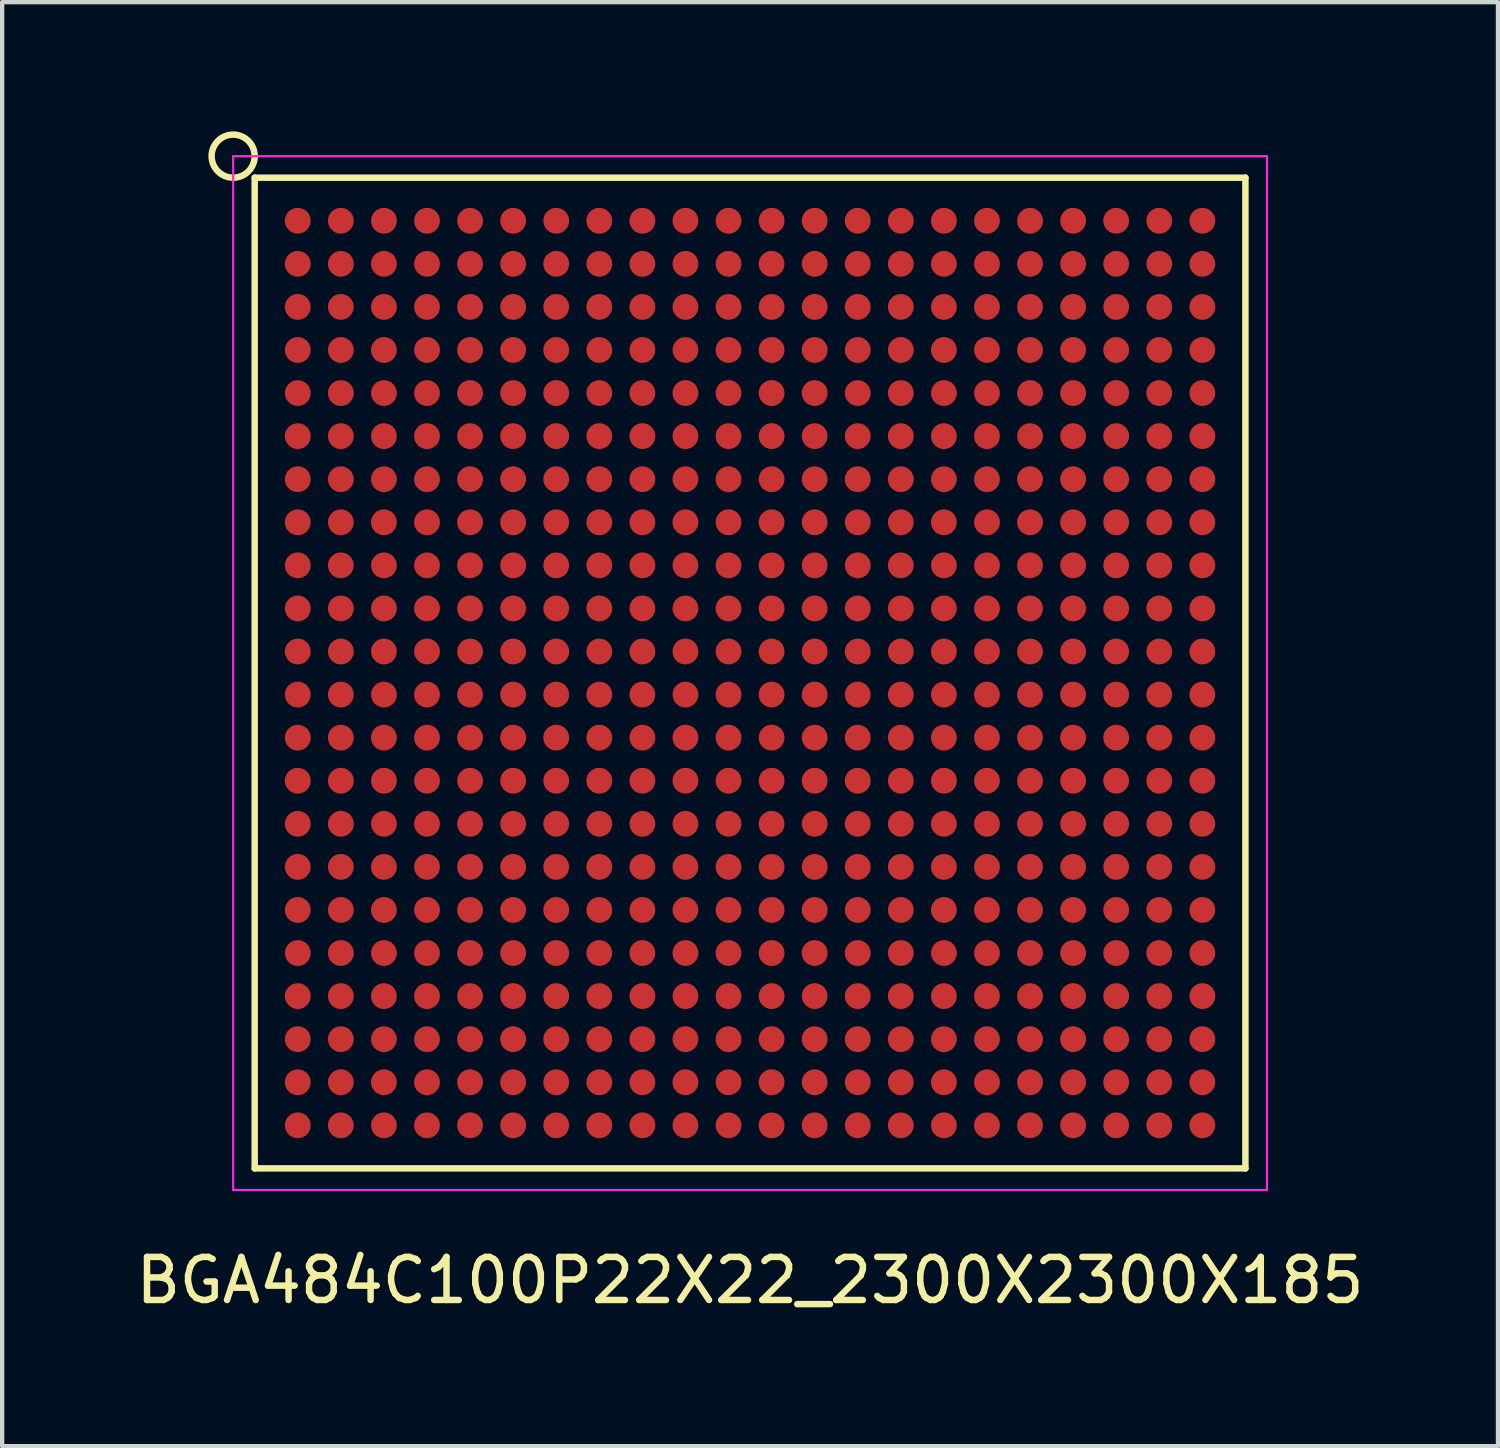
<source format=kicad_pcb>
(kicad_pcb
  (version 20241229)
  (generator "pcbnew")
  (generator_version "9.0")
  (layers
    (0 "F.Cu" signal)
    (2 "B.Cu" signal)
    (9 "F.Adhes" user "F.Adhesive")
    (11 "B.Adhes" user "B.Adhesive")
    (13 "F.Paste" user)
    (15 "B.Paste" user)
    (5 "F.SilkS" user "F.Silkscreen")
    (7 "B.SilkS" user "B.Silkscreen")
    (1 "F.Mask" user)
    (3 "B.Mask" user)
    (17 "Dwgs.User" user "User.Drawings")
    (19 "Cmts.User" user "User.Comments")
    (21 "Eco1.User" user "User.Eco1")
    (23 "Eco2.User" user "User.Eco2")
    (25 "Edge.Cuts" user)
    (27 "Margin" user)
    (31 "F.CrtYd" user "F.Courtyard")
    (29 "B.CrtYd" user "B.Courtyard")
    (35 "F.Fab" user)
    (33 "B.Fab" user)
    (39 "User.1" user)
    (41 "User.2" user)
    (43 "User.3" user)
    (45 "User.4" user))
  (footprint "BGA484C100P22X22_2300X2300X185"
    (layer "F.Cu")
    (at 14.363 12.575)
    (property "Reference" "BGA484C100P22X22_2300X2300X185" (at 0 14.1 0) (layer "F.SilkS") (effects (font (size 1 1) (thickness 0.15))))
    (attr smd)
    (fp_line (start -11.5 -11.5) (end -11.5 11.5) (stroke (width 0.15) (type solid)) (layer "F.SilkS"))
    (fp_line (start -11.5 -11.5) (end 11.5 -11.5) (stroke (width 0.15) (type solid)) (layer "F.SilkS"))
    (fp_line (start -11.5 11.5) (end 11.5 11.5) (stroke (width 0.15) (type solid)) (layer "F.SilkS"))
    (fp_line (start 11.5 -11.5) (end 11.5 11.5) (stroke (width 0.15) (type solid)) (layer "F.SilkS"))
    (fp_circle (center -12 -12) (end -12.5 -12) (stroke (width 0.15) (type solid)) (fill no) (layer "F.SilkS"))
    (fp_line (start -12 -12) (end -12 12) (stroke (width 0.05) (type solid)) (layer "F.CrtYd"))
    (fp_line (start -12 -12) (end 12 -12) (stroke (width 0.05) (type solid)) (layer "F.CrtYd"))
    (fp_line (start -12 12) (end 12 12) (stroke (width 0.05) (type solid)) (layer "F.CrtYd"))
    (fp_line (start 12 -12) (end 12 12) (stroke (width 0.05) (type solid)) (layer "F.CrtYd"))
    (pad "A1" smd circle (at -10.5 -10.5) (size 0.6 0.6) (layers "F.Cu" "F.Mask" "F.Paste"))
    (pad "A2" smd circle (at -9.5 -10.5) (size 0.6 0.6) (layers "F.Cu" "F.Mask" "F.Paste"))
    (pad "A3" smd circle (at -8.5 -10.5) (size 0.6 0.6) (layers "F.Cu" "F.Mask" "F.Paste"))
    (pad "A4" smd circle (at -7.5 -10.5) (size 0.6 0.6) (layers "F.Cu" "F.Mask" "F.Paste"))
    (pad "A5" smd circle (at -6.5 -10.5) (size 0.6 0.6) (layers "F.Cu" "F.Mask" "F.Paste"))
    (pad "A6" smd circle (at -5.5 -10.5) (size 0.6 0.6) (layers "F.Cu" "F.Mask" "F.Paste"))
    (pad "A7" smd circle (at -4.5 -10.5) (size 0.6 0.6) (layers "F.Cu" "F.Mask" "F.Paste"))
    (pad "A8" smd circle (at -3.5 -10.5) (size 0.6 0.6) (layers "F.Cu" "F.Mask" "F.Paste"))
    (pad "A9" smd circle (at -2.5 -10.5) (size 0.6 0.6) (layers "F.Cu" "F.Mask" "F.Paste"))
    (pad "A10" smd circle (at -1.5 -10.5) (size 0.6 0.6) (layers "F.Cu" "F.Mask" "F.Paste"))
    (pad "A11" smd circle (at -0.5 -10.5) (size 0.6 0.6) (layers "F.Cu" "F.Mask" "F.Paste"))
    (pad "A12" smd circle (at 0.5 -10.5) (size 0.6 0.6) (layers "F.Cu" "F.Mask" "F.Paste"))
    (pad "A13" smd circle (at 1.5 -10.5) (size 0.6 0.6) (layers "F.Cu" "F.Mask" "F.Paste"))
    (pad "A14" smd circle (at 2.5 -10.5) (size 0.6 0.6) (layers "F.Cu" "F.Mask" "F.Paste"))
    (pad "A15" smd circle (at 3.5 -10.5) (size 0.6 0.6) (layers "F.Cu" "F.Mask" "F.Paste"))
    (pad "A16" smd circle (at 4.5 -10.5) (size 0.6 0.6) (layers "F.Cu" "F.Mask" "F.Paste"))
    (pad "A17" smd circle (at 5.5 -10.5) (size 0.6 0.6) (layers "F.Cu" "F.Mask" "F.Paste"))
    (pad "A18" smd circle (at 6.5 -10.5) (size 0.6 0.6) (layers "F.Cu" "F.Mask" "F.Paste"))
    (pad "A19" smd circle (at 7.5 -10.5) (size 0.6 0.6) (layers "F.Cu" "F.Mask" "F.Paste"))
    (pad "A20" smd circle (at 8.5 -10.5) (size 0.6 0.6) (layers "F.Cu" "F.Mask" "F.Paste"))
    (pad "A21" smd circle (at 9.5 -10.5) (size 0.6 0.6) (layers "F.Cu" "F.Mask" "F.Paste"))
    (pad "A22" smd circle (at 10.5 -10.5) (size 0.6 0.6) (layers "F.Cu" "F.Mask" "F.Paste"))
    (pad "AA1" smd circle (at -10.5 9.5) (size 0.6 0.6) (layers "F.Cu" "F.Mask" "F.Paste"))
    (pad "AA2" smd circle (at -9.5 9.5) (size 0.6 0.6) (layers "F.Cu" "F.Mask" "F.Paste"))
    (pad "AA3" smd circle (at -8.5 9.5) (size 0.6 0.6) (layers "F.Cu" "F.Mask" "F.Paste"))
    (pad "AA4" smd circle (at -7.5 9.5) (size 0.6 0.6) (layers "F.Cu" "F.Mask" "F.Paste"))
    (pad "AA5" smd circle (at -6.5 9.5) (size 0.6 0.6) (layers "F.Cu" "F.Mask" "F.Paste"))
    (pad "AA6" smd circle (at -5.5 9.5) (size 0.6 0.6) (layers "F.Cu" "F.Mask" "F.Paste"))
    (pad "AA7" smd circle (at -4.5 9.5) (size 0.6 0.6) (layers "F.Cu" "F.Mask" "F.Paste"))
    (pad "AA8" smd circle (at -3.5 9.5) (size 0.6 0.6) (layers "F.Cu" "F.Mask" "F.Paste"))
    (pad "AA9" smd circle (at -2.5 9.5) (size 0.6 0.6) (layers "F.Cu" "F.Mask" "F.Paste"))
    (pad "AA10" smd circle (at -1.5 9.5) (size 0.6 0.6) (layers "F.Cu" "F.Mask" "F.Paste"))
    (pad "AA11" smd circle (at -0.5 9.5) (size 0.6 0.6) (layers "F.Cu" "F.Mask" "F.Paste"))
    (pad "AA12" smd circle (at 0.5 9.5) (size 0.6 0.6) (layers "F.Cu" "F.Mask" "F.Paste"))
    (pad "AA13" smd circle (at 1.5 9.5) (size 0.6 0.6) (layers "F.Cu" "F.Mask" "F.Paste"))
    (pad "AA14" smd circle (at 2.5 9.5) (size 0.6 0.6) (layers "F.Cu" "F.Mask" "F.Paste"))
    (pad "AA15" smd circle (at 3.5 9.5) (size 0.6 0.6) (layers "F.Cu" "F.Mask" "F.Paste"))
    (pad "AA16" smd circle (at 4.5 9.5) (size 0.6 0.6) (layers "F.Cu" "F.Mask" "F.Paste"))
    (pad "AA17" smd circle (at 5.5 9.5) (size 0.6 0.6) (layers "F.Cu" "F.Mask" "F.Paste"))
    (pad "AA18" smd circle (at 6.5 9.5) (size 0.6 0.6) (layers "F.Cu" "F.Mask" "F.Paste"))
    (pad "AA19" smd circle (at 7.5 9.5) (size 0.6 0.6) (layers "F.Cu" "F.Mask" "F.Paste"))
    (pad "AA20" smd circle (at 8.5 9.5) (size 0.6 0.6) (layers "F.Cu" "F.Mask" "F.Paste"))
    (pad "AA21" smd circle (at 9.5 9.5) (size 0.6 0.6) (layers "F.Cu" "F.Mask" "F.Paste"))
    (pad "AA22" smd circle (at 10.5 9.5) (size 0.6 0.6) (layers "F.Cu" "F.Mask" "F.Paste"))
    (pad "AB1" smd circle (at -10.5 10.5) (size 0.6 0.6) (layers "F.Cu" "F.Mask" "F.Paste"))
    (pad "AB2" smd circle (at -9.5 10.5) (size 0.6 0.6) (layers "F.Cu" "F.Mask" "F.Paste"))
    (pad "AB3" smd circle (at -8.5 10.5) (size 0.6 0.6) (layers "F.Cu" "F.Mask" "F.Paste"))
    (pad "AB4" smd circle (at -7.5 10.5) (size 0.6 0.6) (layers "F.Cu" "F.Mask" "F.Paste"))
    (pad "AB5" smd circle (at -6.5 10.5) (size 0.6 0.6) (layers "F.Cu" "F.Mask" "F.Paste"))
    (pad "AB6" smd circle (at -5.5 10.5) (size 0.6 0.6) (layers "F.Cu" "F.Mask" "F.Paste"))
    (pad "AB7" smd circle (at -4.5 10.5) (size 0.6 0.6) (layers "F.Cu" "F.Mask" "F.Paste"))
    (pad "AB8" smd circle (at -3.5 10.5) (size 0.6 0.6) (layers "F.Cu" "F.Mask" "F.Paste"))
    (pad "AB9" smd circle (at -2.5 10.5) (size 0.6 0.6) (layers "F.Cu" "F.Mask" "F.Paste"))
    (pad "AB10" smd circle (at -1.5 10.5) (size 0.6 0.6) (layers "F.Cu" "F.Mask" "F.Paste"))
    (pad "AB11" smd circle (at -0.5 10.5) (size 0.6 0.6) (layers "F.Cu" "F.Mask" "F.Paste"))
    (pad "AB12" smd circle (at 0.5 10.5) (size 0.6 0.6) (layers "F.Cu" "F.Mask" "F.Paste"))
    (pad "AB13" smd circle (at 1.5 10.5) (size 0.6 0.6) (layers "F.Cu" "F.Mask" "F.Paste"))
    (pad "AB14" smd circle (at 2.5 10.5) (size 0.6 0.6) (layers "F.Cu" "F.Mask" "F.Paste"))
    (pad "AB15" smd circle (at 3.5 10.5) (size 0.6 0.6) (layers "F.Cu" "F.Mask" "F.Paste"))
    (pad "AB16" smd circle (at 4.5 10.5) (size 0.6 0.6) (layers "F.Cu" "F.Mask" "F.Paste"))
    (pad "AB17" smd circle (at 5.5 10.5) (size 0.6 0.6) (layers "F.Cu" "F.Mask" "F.Paste"))
    (pad "AB18" smd circle (at 6.5 10.5) (size 0.6 0.6) (layers "F.Cu" "F.Mask" "F.Paste"))
    (pad "AB19" smd circle (at 7.5 10.5) (size 0.6 0.6) (layers "F.Cu" "F.Mask" "F.Paste"))
    (pad "AB20" smd circle (at 8.5 10.5) (size 0.6 0.6) (layers "F.Cu" "F.Mask" "F.Paste"))
    (pad "AB21" smd circle (at 9.5 10.5) (size 0.6 0.6) (layers "F.Cu" "F.Mask" "F.Paste"))
    (pad "AB22" smd circle (at 10.5 10.5) (size 0.6 0.6) (layers "F.Cu" "F.Mask" "F.Paste"))
    (pad "B1" smd circle (at -10.5 -9.5) (size 0.6 0.6) (layers "F.Cu" "F.Mask" "F.Paste"))
    (pad "B2" smd circle (at -9.5 -9.5) (size 0.6 0.6) (layers "F.Cu" "F.Mask" "F.Paste"))
    (pad "B3" smd circle (at -8.5 -9.5) (size 0.6 0.6) (layers "F.Cu" "F.Mask" "F.Paste"))
    (pad "B4" smd circle (at -7.5 -9.5) (size 0.6 0.6) (layers "F.Cu" "F.Mask" "F.Paste"))
    (pad "B5" smd circle (at -6.5 -9.5) (size 0.6 0.6) (layers "F.Cu" "F.Mask" "F.Paste"))
    (pad "B6" smd circle (at -5.5 -9.5) (size 0.6 0.6) (layers "F.Cu" "F.Mask" "F.Paste"))
    (pad "B7" smd circle (at -4.5 -9.5) (size 0.6 0.6) (layers "F.Cu" "F.Mask" "F.Paste"))
    (pad "B8" smd circle (at -3.5 -9.5) (size 0.6 0.6) (layers "F.Cu" "F.Mask" "F.Paste"))
    (pad "B9" smd circle (at -2.5 -9.5) (size 0.6 0.6) (layers "F.Cu" "F.Mask" "F.Paste"))
    (pad "B10" smd circle (at -1.5 -9.5) (size 0.6 0.6) (layers "F.Cu" "F.Mask" "F.Paste"))
    (pad "B11" smd circle (at -0.5 -9.5) (size 0.6 0.6) (layers "F.Cu" "F.Mask" "F.Paste"))
    (pad "B12" smd circle (at 0.5 -9.5) (size 0.6 0.6) (layers "F.Cu" "F.Mask" "F.Paste"))
    (pad "B13" smd circle (at 1.5 -9.5) (size 0.6 0.6) (layers "F.Cu" "F.Mask" "F.Paste"))
    (pad "B14" smd circle (at 2.5 -9.5) (size 0.6 0.6) (layers "F.Cu" "F.Mask" "F.Paste"))
    (pad "B15" smd circle (at 3.5 -9.5) (size 0.6 0.6) (layers "F.Cu" "F.Mask" "F.Paste"))
    (pad "B16" smd circle (at 4.5 -9.5) (size 0.6 0.6) (layers "F.Cu" "F.Mask" "F.Paste"))
    (pad "B17" smd circle (at 5.5 -9.5) (size 0.6 0.6) (layers "F.Cu" "F.Mask" "F.Paste"))
    (pad "B18" smd circle (at 6.5 -9.5) (size 0.6 0.6) (layers "F.Cu" "F.Mask" "F.Paste"))
    (pad "B19" smd circle (at 7.5 -9.5) (size 0.6 0.6) (layers "F.Cu" "F.Mask" "F.Paste"))
    (pad "B20" smd circle (at 8.5 -9.5) (size 0.6 0.6) (layers "F.Cu" "F.Mask" "F.Paste"))
    (pad "B21" smd circle (at 9.5 -9.5) (size 0.6 0.6) (layers "F.Cu" "F.Mask" "F.Paste"))
    (pad "B22" smd circle (at 10.5 -9.5) (size 0.6 0.6) (layers "F.Cu" "F.Mask" "F.Paste"))
    (pad "C1" smd circle (at -10.5 -8.5) (size 0.6 0.6) (layers "F.Cu" "F.Mask" "F.Paste"))
    (pad "C2" smd circle (at -9.5 -8.5) (size 0.6 0.6) (layers "F.Cu" "F.Mask" "F.Paste"))
    (pad "C3" smd circle (at -8.5 -8.5) (size 0.6 0.6) (layers "F.Cu" "F.Mask" "F.Paste"))
    (pad "C4" smd circle (at -7.5 -8.5) (size 0.6 0.6) (layers "F.Cu" "F.Mask" "F.Paste"))
    (pad "C5" smd circle (at -6.5 -8.5) (size 0.6 0.6) (layers "F.Cu" "F.Mask" "F.Paste"))
    (pad "C6" smd circle (at -5.5 -8.5) (size 0.6 0.6) (layers "F.Cu" "F.Mask" "F.Paste"))
    (pad "C7" smd circle (at -4.5 -8.5) (size 0.6 0.6) (layers "F.Cu" "F.Mask" "F.Paste"))
    (pad "C8" smd circle (at -3.5 -8.5) (size 0.6 0.6) (layers "F.Cu" "F.Mask" "F.Paste"))
    (pad "C9" smd circle (at -2.5 -8.5) (size 0.6 0.6) (layers "F.Cu" "F.Mask" "F.Paste"))
    (pad "C10" smd circle (at -1.5 -8.5) (size 0.6 0.6) (layers "F.Cu" "F.Mask" "F.Paste"))
    (pad "C11" smd circle (at -0.5 -8.5) (size 0.6 0.6) (layers "F.Cu" "F.Mask" "F.Paste"))
    (pad "C12" smd circle (at 0.5 -8.5) (size 0.6 0.6) (layers "F.Cu" "F.Mask" "F.Paste"))
    (pad "C13" smd circle (at 1.5 -8.5) (size 0.6 0.6) (layers "F.Cu" "F.Mask" "F.Paste"))
    (pad "C14" smd circle (at 2.5 -8.5) (size 0.6 0.6) (layers "F.Cu" "F.Mask" "F.Paste"))
    (pad "C15" smd circle (at 3.5 -8.5) (size 0.6 0.6) (layers "F.Cu" "F.Mask" "F.Paste"))
    (pad "C16" smd circle (at 4.5 -8.5) (size 0.6 0.6) (layers "F.Cu" "F.Mask" "F.Paste"))
    (pad "C17" smd circle (at 5.5 -8.5) (size 0.6 0.6) (layers "F.Cu" "F.Mask" "F.Paste"))
    (pad "C18" smd circle (at 6.5 -8.5) (size 0.6 0.6) (layers "F.Cu" "F.Mask" "F.Paste"))
    (pad "C19" smd circle (at 7.5 -8.5) (size 0.6 0.6) (layers "F.Cu" "F.Mask" "F.Paste"))
    (pad "C20" smd circle (at 8.5 -8.5) (size 0.6 0.6) (layers "F.Cu" "F.Mask" "F.Paste"))
    (pad "C21" smd circle (at 9.5 -8.5) (size 0.6 0.6) (layers "F.Cu" "F.Mask" "F.Paste"))
    (pad "C22" smd circle (at 10.5 -8.5) (size 0.6 0.6) (layers "F.Cu" "F.Mask" "F.Paste"))
    (pad "D1" smd circle (at -10.5 -7.5) (size 0.6 0.6) (layers "F.Cu" "F.Mask" "F.Paste"))
    (pad "D2" smd circle (at -9.5 -7.5) (size 0.6 0.6) (layers "F.Cu" "F.Mask" "F.Paste"))
    (pad "D3" smd circle (at -8.5 -7.5) (size 0.6 0.6) (layers "F.Cu" "F.Mask" "F.Paste"))
    (pad "D4" smd circle (at -7.5 -7.5) (size 0.6 0.6) (layers "F.Cu" "F.Mask" "F.Paste"))
    (pad "D5" smd circle (at -6.5 -7.5) (size 0.6 0.6) (layers "F.Cu" "F.Mask" "F.Paste"))
    (pad "D6" smd circle (at -5.5 -7.5) (size 0.6 0.6) (layers "F.Cu" "F.Mask" "F.Paste"))
    (pad "D7" smd circle (at -4.5 -7.5) (size 0.6 0.6) (layers "F.Cu" "F.Mask" "F.Paste"))
    (pad "D8" smd circle (at -3.5 -7.5) (size 0.6 0.6) (layers "F.Cu" "F.Mask" "F.Paste"))
    (pad "D9" smd circle (at -2.5 -7.5) (size 0.6 0.6) (layers "F.Cu" "F.Mask" "F.Paste"))
    (pad "D10" smd circle (at -1.5 -7.5) (size 0.6 0.6) (layers "F.Cu" "F.Mask" "F.Paste"))
    (pad "D11" smd circle (at -0.5 -7.5) (size 0.6 0.6) (layers "F.Cu" "F.Mask" "F.Paste"))
    (pad "D12" smd circle (at 0.5 -7.5) (size 0.6 0.6) (layers "F.Cu" "F.Mask" "F.Paste"))
    (pad "D13" smd circle (at 1.5 -7.5) (size 0.6 0.6) (layers "F.Cu" "F.Mask" "F.Paste"))
    (pad "D14" smd circle (at 2.5 -7.5) (size 0.6 0.6) (layers "F.Cu" "F.Mask" "F.Paste"))
    (pad "D15" smd circle (at 3.5 -7.5) (size 0.6 0.6) (layers "F.Cu" "F.Mask" "F.Paste"))
    (pad "D16" smd circle (at 4.5 -7.5) (size 0.6 0.6) (layers "F.Cu" "F.Mask" "F.Paste"))
    (pad "D17" smd circle (at 5.5 -7.5) (size 0.6 0.6) (layers "F.Cu" "F.Mask" "F.Paste"))
    (pad "D18" smd circle (at 6.5 -7.5) (size 0.6 0.6) (layers "F.Cu" "F.Mask" "F.Paste"))
    (pad "D19" smd circle (at 7.5 -7.5) (size 0.6 0.6) (layers "F.Cu" "F.Mask" "F.Paste"))
    (pad "D20" smd circle (at 8.5 -7.5) (size 0.6 0.6) (layers "F.Cu" "F.Mask" "F.Paste"))
    (pad "D21" smd circle (at 9.5 -7.5) (size 0.6 0.6) (layers "F.Cu" "F.Mask" "F.Paste"))
    (pad "D22" smd circle (at 10.5 -7.5) (size 0.6 0.6) (layers "F.Cu" "F.Mask" "F.Paste"))
    (pad "E1" smd circle (at -10.5 -6.5) (size 0.6 0.6) (layers "F.Cu" "F.Mask" "F.Paste"))
    (pad "E2" smd circle (at -9.5 -6.5) (size 0.6 0.6) (layers "F.Cu" "F.Mask" "F.Paste"))
    (pad "E3" smd circle (at -8.5 -6.5) (size 0.6 0.6) (layers "F.Cu" "F.Mask" "F.Paste"))
    (pad "E4" smd circle (at -7.5 -6.5) (size 0.6 0.6) (layers "F.Cu" "F.Mask" "F.Paste"))
    (pad "E5" smd circle (at -6.5 -6.5) (size 0.6 0.6) (layers "F.Cu" "F.Mask" "F.Paste"))
    (pad "E6" smd circle (at -5.5 -6.5) (size 0.6 0.6) (layers "F.Cu" "F.Mask" "F.Paste"))
    (pad "E7" smd circle (at -4.5 -6.5) (size 0.6 0.6) (layers "F.Cu" "F.Mask" "F.Paste"))
    (pad "E8" smd circle (at -3.5 -6.5) (size 0.6 0.6) (layers "F.Cu" "F.Mask" "F.Paste"))
    (pad "E9" smd circle (at -2.5 -6.5) (size 0.6 0.6) (layers "F.Cu" "F.Mask" "F.Paste"))
    (pad "E10" smd circle (at -1.5 -6.5) (size 0.6 0.6) (layers "F.Cu" "F.Mask" "F.Paste"))
    (pad "E11" smd circle (at -0.5 -6.5) (size 0.6 0.6) (layers "F.Cu" "F.Mask" "F.Paste"))
    (pad "E12" smd circle (at 0.5 -6.5) (size 0.6 0.6) (layers "F.Cu" "F.Mask" "F.Paste"))
    (pad "E13" smd circle (at 1.5 -6.5) (size 0.6 0.6) (layers "F.Cu" "F.Mask" "F.Paste"))
    (pad "E14" smd circle (at 2.5 -6.5) (size 0.6 0.6) (layers "F.Cu" "F.Mask" "F.Paste"))
    (pad "E15" smd circle (at 3.5 -6.5) (size 0.6 0.6) (layers "F.Cu" "F.Mask" "F.Paste"))
    (pad "E16" smd circle (at 4.5 -6.5) (size 0.6 0.6) (layers "F.Cu" "F.Mask" "F.Paste"))
    (pad "E17" smd circle (at 5.5 -6.5) (size 0.6 0.6) (layers "F.Cu" "F.Mask" "F.Paste"))
    (pad "E18" smd circle (at 6.5 -6.5) (size 0.6 0.6) (layers "F.Cu" "F.Mask" "F.Paste"))
    (pad "E19" smd circle (at 7.5 -6.5) (size 0.6 0.6) (layers "F.Cu" "F.Mask" "F.Paste"))
    (pad "E20" smd circle (at 8.5 -6.5) (size 0.6 0.6) (layers "F.Cu" "F.Mask" "F.Paste"))
    (pad "E21" smd circle (at 9.5 -6.5) (size 0.6 0.6) (layers "F.Cu" "F.Mask" "F.Paste"))
    (pad "E22" smd circle (at 10.5 -6.5) (size 0.6 0.6) (layers "F.Cu" "F.Mask" "F.Paste"))
    (pad "F1" smd circle (at -10.5 -5.5) (size 0.6 0.6) (layers "F.Cu" "F.Mask" "F.Paste"))
    (pad "F2" smd circle (at -9.5 -5.5) (size 0.6 0.6) (layers "F.Cu" "F.Mask" "F.Paste"))
    (pad "F3" smd circle (at -8.5 -5.5) (size 0.6 0.6) (layers "F.Cu" "F.Mask" "F.Paste"))
    (pad "F4" smd circle (at -7.5 -5.5) (size 0.6 0.6) (layers "F.Cu" "F.Mask" "F.Paste"))
    (pad "F5" smd circle (at -6.5 -5.5) (size 0.6 0.6) (layers "F.Cu" "F.Mask" "F.Paste"))
    (pad "F6" smd circle (at -5.5 -5.5) (size 0.6 0.6) (layers "F.Cu" "F.Mask" "F.Paste"))
    (pad "F7" smd circle (at -4.5 -5.5) (size 0.6 0.6) (layers "F.Cu" "F.Mask" "F.Paste"))
    (pad "F8" smd circle (at -3.5 -5.5) (size 0.6 0.6) (layers "F.Cu" "F.Mask" "F.Paste"))
    (pad "F9" smd circle (at -2.5 -5.5) (size 0.6 0.6) (layers "F.Cu" "F.Mask" "F.Paste"))
    (pad "F10" smd circle (at -1.5 -5.5) (size 0.6 0.6) (layers "F.Cu" "F.Mask" "F.Paste"))
    (pad "F11" smd circle (at -0.5 -5.5) (size 0.6 0.6) (layers "F.Cu" "F.Mask" "F.Paste"))
    (pad "F12" smd circle (at 0.5 -5.5) (size 0.6 0.6) (layers "F.Cu" "F.Mask" "F.Paste"))
    (pad "F13" smd circle (at 1.5 -5.5) (size 0.6 0.6) (layers "F.Cu" "F.Mask" "F.Paste"))
    (pad "F14" smd circle (at 2.5 -5.5) (size 0.6 0.6) (layers "F.Cu" "F.Mask" "F.Paste"))
    (pad "F15" smd circle (at 3.5 -5.5) (size 0.6 0.6) (layers "F.Cu" "F.Mask" "F.Paste"))
    (pad "F16" smd circle (at 4.5 -5.5) (size 0.6 0.6) (layers "F.Cu" "F.Mask" "F.Paste"))
    (pad "F17" smd circle (at 5.5 -5.5) (size 0.6 0.6) (layers "F.Cu" "F.Mask" "F.Paste"))
    (pad "F18" smd circle (at 6.5 -5.5) (size 0.6 0.6) (layers "F.Cu" "F.Mask" "F.Paste"))
    (pad "F19" smd circle (at 7.5 -5.5) (size 0.6 0.6) (layers "F.Cu" "F.Mask" "F.Paste"))
    (pad "F20" smd circle (at 8.5 -5.5) (size 0.6 0.6) (layers "F.Cu" "F.Mask" "F.Paste"))
    (pad "F21" smd circle (at 9.5 -5.5) (size 0.6 0.6) (layers "F.Cu" "F.Mask" "F.Paste"))
    (pad "F22" smd circle (at 10.5 -5.5) (size 0.6 0.6) (layers "F.Cu" "F.Mask" "F.Paste"))
    (pad "G1" smd circle (at -10.5 -4.5) (size 0.6 0.6) (layers "F.Cu" "F.Mask" "F.Paste"))
    (pad "G2" smd circle (at -9.5 -4.5) (size 0.6 0.6) (layers "F.Cu" "F.Mask" "F.Paste"))
    (pad "G3" smd circle (at -8.5 -4.5) (size 0.6 0.6) (layers "F.Cu" "F.Mask" "F.Paste"))
    (pad "G4" smd circle (at -7.5 -4.5) (size 0.6 0.6) (layers "F.Cu" "F.Mask" "F.Paste"))
    (pad "G5" smd circle (at -6.5 -4.5) (size 0.6 0.6) (layers "F.Cu" "F.Mask" "F.Paste"))
    (pad "G6" smd circle (at -5.5 -4.5) (size 0.6 0.6) (layers "F.Cu" "F.Mask" "F.Paste"))
    (pad "G7" smd circle (at -4.5 -4.5) (size 0.6 0.6) (layers "F.Cu" "F.Mask" "F.Paste"))
    (pad "G8" smd circle (at -3.5 -4.5) (size 0.6 0.6) (layers "F.Cu" "F.Mask" "F.Paste"))
    (pad "G9" smd circle (at -2.5 -4.5) (size 0.6 0.6) (layers "F.Cu" "F.Mask" "F.Paste"))
    (pad "G10" smd circle (at -1.5 -4.5) (size 0.6 0.6) (layers "F.Cu" "F.Mask" "F.Paste"))
    (pad "G11" smd circle (at -0.5 -4.5) (size 0.6 0.6) (layers "F.Cu" "F.Mask" "F.Paste"))
    (pad "G12" smd circle (at 0.5 -4.5) (size 0.6 0.6) (layers "F.Cu" "F.Mask" "F.Paste"))
    (pad "G13" smd circle (at 1.5 -4.5) (size 0.6 0.6) (layers "F.Cu" "F.Mask" "F.Paste"))
    (pad "G14" smd circle (at 2.5 -4.5) (size 0.6 0.6) (layers "F.Cu" "F.Mask" "F.Paste"))
    (pad "G15" smd circle (at 3.5 -4.5) (size 0.6 0.6) (layers "F.Cu" "F.Mask" "F.Paste"))
    (pad "G16" smd circle (at 4.5 -4.5) (size 0.6 0.6) (layers "F.Cu" "F.Mask" "F.Paste"))
    (pad "G17" smd circle (at 5.5 -4.5) (size 0.6 0.6) (layers "F.Cu" "F.Mask" "F.Paste"))
    (pad "G18" smd circle (at 6.5 -4.5) (size 0.6 0.6) (layers "F.Cu" "F.Mask" "F.Paste"))
    (pad "G19" smd circle (at 7.5 -4.5) (size 0.6 0.6) (layers "F.Cu" "F.Mask" "F.Paste"))
    (pad "G20" smd circle (at 8.5 -4.5) (size 0.6 0.6) (layers "F.Cu" "F.Mask" "F.Paste"))
    (pad "G21" smd circle (at 9.5 -4.5) (size 0.6 0.6) (layers "F.Cu" "F.Mask" "F.Paste"))
    (pad "G22" smd circle (at 10.5 -4.5) (size 0.6 0.6) (layers "F.Cu" "F.Mask" "F.Paste"))
    (pad "H1" smd circle (at -10.5 -3.5) (size 0.6 0.6) (layers "F.Cu" "F.Mask" "F.Paste"))
    (pad "H2" smd circle (at -9.5 -3.5) (size 0.6 0.6) (layers "F.Cu" "F.Mask" "F.Paste"))
    (pad "H3" smd circle (at -8.5 -3.5) (size 0.6 0.6) (layers "F.Cu" "F.Mask" "F.Paste"))
    (pad "H4" smd circle (at -7.5 -3.5) (size 0.6 0.6) (layers "F.Cu" "F.Mask" "F.Paste"))
    (pad "H5" smd circle (at -6.5 -3.5) (size 0.6 0.6) (layers "F.Cu" "F.Mask" "F.Paste"))
    (pad "H6" smd circle (at -5.5 -3.5) (size 0.6 0.6) (layers "F.Cu" "F.Mask" "F.Paste"))
    (pad "H7" smd circle (at -4.5 -3.5) (size 0.6 0.6) (layers "F.Cu" "F.Mask" "F.Paste"))
    (pad "H8" smd circle (at -3.5 -3.5) (size 0.6 0.6) (layers "F.Cu" "F.Mask" "F.Paste"))
    (pad "H9" smd circle (at -2.5 -3.5) (size 0.6 0.6) (layers "F.Cu" "F.Mask" "F.Paste"))
    (pad "H10" smd circle (at -1.5 -3.5) (size 0.6 0.6) (layers "F.Cu" "F.Mask" "F.Paste"))
    (pad "H11" smd circle (at -0.5 -3.5) (size 0.6 0.6) (layers "F.Cu" "F.Mask" "F.Paste"))
    (pad "H12" smd circle (at 0.5 -3.5) (size 0.6 0.6) (layers "F.Cu" "F.Mask" "F.Paste"))
    (pad "H13" smd circle (at 1.5 -3.5) (size 0.6 0.6) (layers "F.Cu" "F.Mask" "F.Paste"))
    (pad "H14" smd circle (at 2.5 -3.5) (size 0.6 0.6) (layers "F.Cu" "F.Mask" "F.Paste"))
    (pad "H15" smd circle (at 3.5 -3.5) (size 0.6 0.6) (layers "F.Cu" "F.Mask" "F.Paste"))
    (pad "H16" smd circle (at 4.5 -3.5) (size 0.6 0.6) (layers "F.Cu" "F.Mask" "F.Paste"))
    (pad "H17" smd circle (at 5.5 -3.5) (size 0.6 0.6) (layers "F.Cu" "F.Mask" "F.Paste"))
    (pad "H18" smd circle (at 6.5 -3.5) (size 0.6 0.6) (layers "F.Cu" "F.Mask" "F.Paste"))
    (pad "H19" smd circle (at 7.5 -3.5) (size 0.6 0.6) (layers "F.Cu" "F.Mask" "F.Paste"))
    (pad "H20" smd circle (at 8.5 -3.5) (size 0.6 0.6) (layers "F.Cu" "F.Mask" "F.Paste"))
    (pad "H21" smd circle (at 9.5 -3.5) (size 0.6 0.6) (layers "F.Cu" "F.Mask" "F.Paste"))
    (pad "H22" smd circle (at 10.5 -3.5) (size 0.6 0.6) (layers "F.Cu" "F.Mask" "F.Paste"))
    (pad "J1" smd circle (at -10.5 -2.5) (size 0.6 0.6) (layers "F.Cu" "F.Mask" "F.Paste"))
    (pad "J2" smd circle (at -9.5 -2.5) (size 0.6 0.6) (layers "F.Cu" "F.Mask" "F.Paste"))
    (pad "J3" smd circle (at -8.5 -2.5) (size 0.6 0.6) (layers "F.Cu" "F.Mask" "F.Paste"))
    (pad "J4" smd circle (at -7.5 -2.5) (size 0.6 0.6) (layers "F.Cu" "F.Mask" "F.Paste"))
    (pad "J5" smd circle (at -6.5 -2.5) (size 0.6 0.6) (layers "F.Cu" "F.Mask" "F.Paste"))
    (pad "J6" smd circle (at -5.5 -2.5) (size 0.6 0.6) (layers "F.Cu" "F.Mask" "F.Paste"))
    (pad "J7" smd circle (at -4.5 -2.5) (size 0.6 0.6) (layers "F.Cu" "F.Mask" "F.Paste"))
    (pad "J8" smd circle (at -3.5 -2.5) (size 0.6 0.6) (layers "F.Cu" "F.Mask" "F.Paste"))
    (pad "J9" smd circle (at -2.5 -2.5) (size 0.6 0.6) (layers "F.Cu" "F.Mask" "F.Paste"))
    (pad "J10" smd circle (at -1.5 -2.5) (size 0.6 0.6) (layers "F.Cu" "F.Mask" "F.Paste"))
    (pad "J11" smd circle (at -0.5 -2.5) (size 0.6 0.6) (layers "F.Cu" "F.Mask" "F.Paste"))
    (pad "J12" smd circle (at 0.5 -2.5) (size 0.6 0.6) (layers "F.Cu" "F.Mask" "F.Paste"))
    (pad "J13" smd circle (at 1.5 -2.5) (size 0.6 0.6) (layers "F.Cu" "F.Mask" "F.Paste"))
    (pad "J14" smd circle (at 2.5 -2.5) (size 0.6 0.6) (layers "F.Cu" "F.Mask" "F.Paste"))
    (pad "J15" smd circle (at 3.5 -2.5) (size 0.6 0.6) (layers "F.Cu" "F.Mask" "F.Paste"))
    (pad "J16" smd circle (at 4.5 -2.5) (size 0.6 0.6) (layers "F.Cu" "F.Mask" "F.Paste"))
    (pad "J17" smd circle (at 5.5 -2.5) (size 0.6 0.6) (layers "F.Cu" "F.Mask" "F.Paste"))
    (pad "J18" smd circle (at 6.5 -2.5) (size 0.6 0.6) (layers "F.Cu" "F.Mask" "F.Paste"))
    (pad "J19" smd circle (at 7.5 -2.5) (size 0.6 0.6) (layers "F.Cu" "F.Mask" "F.Paste"))
    (pad "J20" smd circle (at 8.5 -2.5) (size 0.6 0.6) (layers "F.Cu" "F.Mask" "F.Paste"))
    (pad "J21" smd circle (at 9.5 -2.5) (size 0.6 0.6) (layers "F.Cu" "F.Mask" "F.Paste"))
    (pad "J22" smd circle (at 10.5 -2.5) (size 0.6 0.6) (layers "F.Cu" "F.Mask" "F.Paste"))
    (pad "K1" smd circle (at -10.5 -1.5) (size 0.6 0.6) (layers "F.Cu" "F.Mask" "F.Paste"))
    (pad "K2" smd circle (at -9.5 -1.5) (size 0.6 0.6) (layers "F.Cu" "F.Mask" "F.Paste"))
    (pad "K3" smd circle (at -8.5 -1.5) (size 0.6 0.6) (layers "F.Cu" "F.Mask" "F.Paste"))
    (pad "K4" smd circle (at -7.5 -1.5) (size 0.6 0.6) (layers "F.Cu" "F.Mask" "F.Paste"))
    (pad "K5" smd circle (at -6.5 -1.5) (size 0.6 0.6) (layers "F.Cu" "F.Mask" "F.Paste"))
    (pad "K6" smd circle (at -5.5 -1.5) (size 0.6 0.6) (layers "F.Cu" "F.Mask" "F.Paste"))
    (pad "K7" smd circle (at -4.5 -1.5) (size 0.6 0.6) (layers "F.Cu" "F.Mask" "F.Paste"))
    (pad "K8" smd circle (at -3.5 -1.5) (size 0.6 0.6) (layers "F.Cu" "F.Mask" "F.Paste"))
    (pad "K9" smd circle (at -2.5 -1.5) (size 0.6 0.6) (layers "F.Cu" "F.Mask" "F.Paste"))
    (pad "K10" smd circle (at -1.5 -1.5) (size 0.6 0.6) (layers "F.Cu" "F.Mask" "F.Paste"))
    (pad "K11" smd circle (at -0.5 -1.5) (size 0.6 0.6) (layers "F.Cu" "F.Mask" "F.Paste"))
    (pad "K12" smd circle (at 0.5 -1.5) (size 0.6 0.6) (layers "F.Cu" "F.Mask" "F.Paste"))
    (pad "K13" smd circle (at 1.5 -1.5) (size 0.6 0.6) (layers "F.Cu" "F.Mask" "F.Paste"))
    (pad "K14" smd circle (at 2.5 -1.5) (size 0.6 0.6) (layers "F.Cu" "F.Mask" "F.Paste"))
    (pad "K15" smd circle (at 3.5 -1.5) (size 0.6 0.6) (layers "F.Cu" "F.Mask" "F.Paste"))
    (pad "K16" smd circle (at 4.5 -1.5) (size 0.6 0.6) (layers "F.Cu" "F.Mask" "F.Paste"))
    (pad "K17" smd circle (at 5.5 -1.5) (size 0.6 0.6) (layers "F.Cu" "F.Mask" "F.Paste"))
    (pad "K18" smd circle (at 6.5 -1.5) (size 0.6 0.6) (layers "F.Cu" "F.Mask" "F.Paste"))
    (pad "K19" smd circle (at 7.5 -1.5) (size 0.6 0.6) (layers "F.Cu" "F.Mask" "F.Paste"))
    (pad "K20" smd circle (at 8.5 -1.5) (size 0.6 0.6) (layers "F.Cu" "F.Mask" "F.Paste"))
    (pad "K21" smd circle (at 9.5 -1.5) (size 0.6 0.6) (layers "F.Cu" "F.Mask" "F.Paste"))
    (pad "K22" smd circle (at 10.5 -1.5) (size 0.6 0.6) (layers "F.Cu" "F.Mask" "F.Paste"))
    (pad "L1" smd circle (at -10.5 -0.5) (size 0.6 0.6) (layers "F.Cu" "F.Mask" "F.Paste"))
    (pad "L2" smd circle (at -9.5 -0.5) (size 0.6 0.6) (layers "F.Cu" "F.Mask" "F.Paste"))
    (pad "L3" smd circle (at -8.5 -0.5) (size 0.6 0.6) (layers "F.Cu" "F.Mask" "F.Paste"))
    (pad "L4" smd circle (at -7.5 -0.5) (size 0.6 0.6) (layers "F.Cu" "F.Mask" "F.Paste"))
    (pad "L5" smd circle (at -6.5 -0.5) (size 0.6 0.6) (layers "F.Cu" "F.Mask" "F.Paste"))
    (pad "L6" smd circle (at -5.5 -0.5) (size 0.6 0.6) (layers "F.Cu" "F.Mask" "F.Paste"))
    (pad "L7" smd circle (at -4.5 -0.5) (size 0.6 0.6) (layers "F.Cu" "F.Mask" "F.Paste"))
    (pad "L8" smd circle (at -3.5 -0.5) (size 0.6 0.6) (layers "F.Cu" "F.Mask" "F.Paste"))
    (pad "L9" smd circle (at -2.5 -0.5) (size 0.6 0.6) (layers "F.Cu" "F.Mask" "F.Paste"))
    (pad "L10" smd circle (at -1.5 -0.5) (size 0.6 0.6) (layers "F.Cu" "F.Mask" "F.Paste"))
    (pad "L11" smd circle (at -0.5 -0.5) (size 0.6 0.6) (layers "F.Cu" "F.Mask" "F.Paste"))
    (pad "L12" smd circle (at 0.5 -0.5) (size 0.6 0.6) (layers "F.Cu" "F.Mask" "F.Paste"))
    (pad "L13" smd circle (at 1.5 -0.5) (size 0.6 0.6) (layers "F.Cu" "F.Mask" "F.Paste"))
    (pad "L14" smd circle (at 2.5 -0.5) (size 0.6 0.6) (layers "F.Cu" "F.Mask" "F.Paste"))
    (pad "L15" smd circle (at 3.5 -0.5) (size 0.6 0.6) (layers "F.Cu" "F.Mask" "F.Paste"))
    (pad "L16" smd circle (at 4.5 -0.5) (size 0.6 0.6) (layers "F.Cu" "F.Mask" "F.Paste"))
    (pad "L17" smd circle (at 5.5 -0.5) (size 0.6 0.6) (layers "F.Cu" "F.Mask" "F.Paste"))
    (pad "L18" smd circle (at 6.5 -0.5) (size 0.6 0.6) (layers "F.Cu" "F.Mask" "F.Paste"))
    (pad "L19" smd circle (at 7.5 -0.5) (size 0.6 0.6) (layers "F.Cu" "F.Mask" "F.Paste"))
    (pad "L20" smd circle (at 8.5 -0.5) (size 0.6 0.6) (layers "F.Cu" "F.Mask" "F.Paste"))
    (pad "L21" smd circle (at 9.5 -0.5) (size 0.6 0.6) (layers "F.Cu" "F.Mask" "F.Paste"))
    (pad "L22" smd circle (at 10.5 -0.5) (size 0.6 0.6) (layers "F.Cu" "F.Mask" "F.Paste"))
    (pad "M1" smd circle (at -10.5 0.5) (size 0.6 0.6) (layers "F.Cu" "F.Mask" "F.Paste"))
    (pad "M2" smd circle (at -9.5 0.5) (size 0.6 0.6) (layers "F.Cu" "F.Mask" "F.Paste"))
    (pad "M3" smd circle (at -8.5 0.5) (size 0.6 0.6) (layers "F.Cu" "F.Mask" "F.Paste"))
    (pad "M4" smd circle (at -7.5 0.5) (size 0.6 0.6) (layers "F.Cu" "F.Mask" "F.Paste"))
    (pad "M5" smd circle (at -6.5 0.5) (size 0.6 0.6) (layers "F.Cu" "F.Mask" "F.Paste"))
    (pad "M6" smd circle (at -5.5 0.5) (size 0.6 0.6) (layers "F.Cu" "F.Mask" "F.Paste"))
    (pad "M7" smd circle (at -4.5 0.5) (size 0.6 0.6) (layers "F.Cu" "F.Mask" "F.Paste"))
    (pad "M8" smd circle (at -3.5 0.5) (size 0.6 0.6) (layers "F.Cu" "F.Mask" "F.Paste"))
    (pad "M9" smd circle (at -2.5 0.5) (size 0.6 0.6) (layers "F.Cu" "F.Mask" "F.Paste"))
    (pad "M10" smd circle (at -1.5 0.5) (size 0.6 0.6) (layers "F.Cu" "F.Mask" "F.Paste"))
    (pad "M11" smd circle (at -0.5 0.5) (size 0.6 0.6) (layers "F.Cu" "F.Mask" "F.Paste"))
    (pad "M12" smd circle (at 0.5 0.5) (size 0.6 0.6) (layers "F.Cu" "F.Mask" "F.Paste"))
    (pad "M13" smd circle (at 1.5 0.5) (size 0.6 0.6) (layers "F.Cu" "F.Mask" "F.Paste"))
    (pad "M14" smd circle (at 2.5 0.5) (size 0.6 0.6) (layers "F.Cu" "F.Mask" "F.Paste"))
    (pad "M15" smd circle (at 3.5 0.5) (size 0.6 0.6) (layers "F.Cu" "F.Mask" "F.Paste"))
    (pad "M16" smd circle (at 4.5 0.5) (size 0.6 0.6) (layers "F.Cu" "F.Mask" "F.Paste"))
    (pad "M17" smd circle (at 5.5 0.5) (size 0.6 0.6) (layers "F.Cu" "F.Mask" "F.Paste"))
    (pad "M18" smd circle (at 6.5 0.5) (size 0.6 0.6) (layers "F.Cu" "F.Mask" "F.Paste"))
    (pad "M19" smd circle (at 7.5 0.5) (size 0.6 0.6) (layers "F.Cu" "F.Mask" "F.Paste"))
    (pad "M20" smd circle (at 8.5 0.5) (size 0.6 0.6) (layers "F.Cu" "F.Mask" "F.Paste"))
    (pad "M21" smd circle (at 9.5 0.5) (size 0.6 0.6) (layers "F.Cu" "F.Mask" "F.Paste"))
    (pad "M22" smd circle (at 10.5 0.5) (size 0.6 0.6) (layers "F.Cu" "F.Mask" "F.Paste"))
    (pad "N1" smd circle (at -10.5 1.5) (size 0.6 0.6) (layers "F.Cu" "F.Mask" "F.Paste"))
    (pad "N2" smd circle (at -9.5 1.5) (size 0.6 0.6) (layers "F.Cu" "F.Mask" "F.Paste"))
    (pad "N3" smd circle (at -8.5 1.5) (size 0.6 0.6) (layers "F.Cu" "F.Mask" "F.Paste"))
    (pad "N4" smd circle (at -7.5 1.5) (size 0.6 0.6) (layers "F.Cu" "F.Mask" "F.Paste"))
    (pad "N5" smd circle (at -6.5 1.5) (size 0.6 0.6) (layers "F.Cu" "F.Mask" "F.Paste"))
    (pad "N6" smd circle (at -5.5 1.5) (size 0.6 0.6) (layers "F.Cu" "F.Mask" "F.Paste"))
    (pad "N7" smd circle (at -4.5 1.5) (size 0.6 0.6) (layers "F.Cu" "F.Mask" "F.Paste"))
    (pad "N8" smd circle (at -3.5 1.5) (size 0.6 0.6) (layers "F.Cu" "F.Mask" "F.Paste"))
    (pad "N9" smd circle (at -2.5 1.5) (size 0.6 0.6) (layers "F.Cu" "F.Mask" "F.Paste"))
    (pad "N10" smd circle (at -1.5 1.5) (size 0.6 0.6) (layers "F.Cu" "F.Mask" "F.Paste"))
    (pad "N11" smd circle (at -0.5 1.5) (size 0.6 0.6) (layers "F.Cu" "F.Mask" "F.Paste"))
    (pad "N12" smd circle (at 0.5 1.5) (size 0.6 0.6) (layers "F.Cu" "F.Mask" "F.Paste"))
    (pad "N13" smd circle (at 1.5 1.5) (size 0.6 0.6) (layers "F.Cu" "F.Mask" "F.Paste"))
    (pad "N14" smd circle (at 2.5 1.5) (size 0.6 0.6) (layers "F.Cu" "F.Mask" "F.Paste"))
    (pad "N15" smd circle (at 3.5 1.5) (size 0.6 0.6) (layers "F.Cu" "F.Mask" "F.Paste"))
    (pad "N16" smd circle (at 4.5 1.5) (size 0.6 0.6) (layers "F.Cu" "F.Mask" "F.Paste"))
    (pad "N17" smd circle (at 5.5 1.5) (size 0.6 0.6) (layers "F.Cu" "F.Mask" "F.Paste"))
    (pad "N18" smd circle (at 6.5 1.5) (size 0.6 0.6) (layers "F.Cu" "F.Mask" "F.Paste"))
    (pad "N19" smd circle (at 7.5 1.5) (size 0.6 0.6) (layers "F.Cu" "F.Mask" "F.Paste"))
    (pad "N20" smd circle (at 8.5 1.5) (size 0.6 0.6) (layers "F.Cu" "F.Mask" "F.Paste"))
    (pad "N21" smd circle (at 9.5 1.5) (size 0.6 0.6) (layers "F.Cu" "F.Mask" "F.Paste"))
    (pad "N22" smd circle (at 10.5 1.5) (size 0.6 0.6) (layers "F.Cu" "F.Mask" "F.Paste"))
    (pad "P1" smd circle (at -10.5 2.5) (size 0.6 0.6) (layers "F.Cu" "F.Mask" "F.Paste"))
    (pad "P2" smd circle (at -9.5 2.5) (size 0.6 0.6) (layers "F.Cu" "F.Mask" "F.Paste"))
    (pad "P3" smd circle (at -8.5 2.5) (size 0.6 0.6) (layers "F.Cu" "F.Mask" "F.Paste"))
    (pad "P4" smd circle (at -7.5 2.5) (size 0.6 0.6) (layers "F.Cu" "F.Mask" "F.Paste"))
    (pad "P5" smd circle (at -6.5 2.5) (size 0.6 0.6) (layers "F.Cu" "F.Mask" "F.Paste"))
    (pad "P6" smd circle (at -5.5 2.5) (size 0.6 0.6) (layers "F.Cu" "F.Mask" "F.Paste"))
    (pad "P7" smd circle (at -4.5 2.5) (size 0.6 0.6) (layers "F.Cu" "F.Mask" "F.Paste"))
    (pad "P8" smd circle (at -3.5 2.5) (size 0.6 0.6) (layers "F.Cu" "F.Mask" "F.Paste"))
    (pad "P9" smd circle (at -2.5 2.5) (size 0.6 0.6) (layers "F.Cu" "F.Mask" "F.Paste"))
    (pad "P10" smd circle (at -1.5 2.5) (size 0.6 0.6) (layers "F.Cu" "F.Mask" "F.Paste"))
    (pad "P11" smd circle (at -0.5 2.5) (size 0.6 0.6) (layers "F.Cu" "F.Mask" "F.Paste"))
    (pad "P12" smd circle (at 0.5 2.5) (size 0.6 0.6) (layers "F.Cu" "F.Mask" "F.Paste"))
    (pad "P13" smd circle (at 1.5 2.5) (size 0.6 0.6) (layers "F.Cu" "F.Mask" "F.Paste"))
    (pad "P14" smd circle (at 2.5 2.5) (size 0.6 0.6) (layers "F.Cu" "F.Mask" "F.Paste"))
    (pad "P15" smd circle (at 3.5 2.5) (size 0.6 0.6) (layers "F.Cu" "F.Mask" "F.Paste"))
    (pad "P16" smd circle (at 4.5 2.5) (size 0.6 0.6) (layers "F.Cu" "F.Mask" "F.Paste"))
    (pad "P17" smd circle (at 5.5 2.5) (size 0.6 0.6) (layers "F.Cu" "F.Mask" "F.Paste"))
    (pad "P18" smd circle (at 6.5 2.5) (size 0.6 0.6) (layers "F.Cu" "F.Mask" "F.Paste"))
    (pad "P19" smd circle (at 7.5 2.5) (size 0.6 0.6) (layers "F.Cu" "F.Mask" "F.Paste"))
    (pad "P20" smd circle (at 8.5 2.5) (size 0.6 0.6) (layers "F.Cu" "F.Mask" "F.Paste"))
    (pad "P21" smd circle (at 9.5 2.5) (size 0.6 0.6) (layers "F.Cu" "F.Mask" "F.Paste"))
    (pad "P22" smd circle (at 10.5 2.5) (size 0.6 0.6) (layers "F.Cu" "F.Mask" "F.Paste"))
    (pad "R1" smd circle (at -10.5 3.5) (size 0.6 0.6) (layers "F.Cu" "F.Mask" "F.Paste"))
    (pad "R2" smd circle (at -9.5 3.5) (size 0.6 0.6) (layers "F.Cu" "F.Mask" "F.Paste"))
    (pad "R3" smd circle (at -8.5 3.5) (size 0.6 0.6) (layers "F.Cu" "F.Mask" "F.Paste"))
    (pad "R4" smd circle (at -7.5 3.5) (size 0.6 0.6) (layers "F.Cu" "F.Mask" "F.Paste"))
    (pad "R5" smd circle (at -6.5 3.5) (size 0.6 0.6) (layers "F.Cu" "F.Mask" "F.Paste"))
    (pad "R6" smd circle (at -5.5 3.5) (size 0.6 0.6) (layers "F.Cu" "F.Mask" "F.Paste"))
    (pad "R7" smd circle (at -4.5 3.5) (size 0.6 0.6) (layers "F.Cu" "F.Mask" "F.Paste"))
    (pad "R8" smd circle (at -3.5 3.5) (size 0.6 0.6) (layers "F.Cu" "F.Mask" "F.Paste"))
    (pad "R9" smd circle (at -2.5 3.5) (size 0.6 0.6) (layers "F.Cu" "F.Mask" "F.Paste"))
    (pad "R10" smd circle (at -1.5 3.5) (size 0.6 0.6) (layers "F.Cu" "F.Mask" "F.Paste"))
    (pad "R11" smd circle (at -0.5 3.5) (size 0.6 0.6) (layers "F.Cu" "F.Mask" "F.Paste"))
    (pad "R12" smd circle (at 0.5 3.5) (size 0.6 0.6) (layers "F.Cu" "F.Mask" "F.Paste"))
    (pad "R13" smd circle (at 1.5 3.5) (size 0.6 0.6) (layers "F.Cu" "F.Mask" "F.Paste"))
    (pad "R14" smd circle (at 2.5 3.5) (size 0.6 0.6) (layers "F.Cu" "F.Mask" "F.Paste"))
    (pad "R15" smd circle (at 3.5 3.5) (size 0.6 0.6) (layers "F.Cu" "F.Mask" "F.Paste"))
    (pad "R16" smd circle (at 4.5 3.5) (size 0.6 0.6) (layers "F.Cu" "F.Mask" "F.Paste"))
    (pad "R17" smd circle (at 5.5 3.5) (size 0.6 0.6) (layers "F.Cu" "F.Mask" "F.Paste"))
    (pad "R18" smd circle (at 6.5 3.5) (size 0.6 0.6) (layers "F.Cu" "F.Mask" "F.Paste"))
    (pad "R19" smd circle (at 7.5 3.5) (size 0.6 0.6) (layers "F.Cu" "F.Mask" "F.Paste"))
    (pad "R20" smd circle (at 8.5 3.5) (size 0.6 0.6) (layers "F.Cu" "F.Mask" "F.Paste"))
    (pad "R21" smd circle (at 9.5 3.5) (size 0.6 0.6) (layers "F.Cu" "F.Mask" "F.Paste"))
    (pad "R22" smd circle (at 10.5 3.5) (size 0.6 0.6) (layers "F.Cu" "F.Mask" "F.Paste"))
    (pad "T1" smd circle (at -10.5 4.5) (size 0.6 0.6) (layers "F.Cu" "F.Mask" "F.Paste"))
    (pad "T2" smd circle (at -9.5 4.5) (size 0.6 0.6) (layers "F.Cu" "F.Mask" "F.Paste"))
    (pad "T3" smd circle (at -8.5 4.5) (size 0.6 0.6) (layers "F.Cu" "F.Mask" "F.Paste"))
    (pad "T4" smd circle (at -7.5 4.5) (size 0.6 0.6) (layers "F.Cu" "F.Mask" "F.Paste"))
    (pad "T5" smd circle (at -6.5 4.5) (size 0.6 0.6) (layers "F.Cu" "F.Mask" "F.Paste"))
    (pad "T6" smd circle (at -5.5 4.5) (size 0.6 0.6) (layers "F.Cu" "F.Mask" "F.Paste"))
    (pad "T7" smd circle (at -4.5 4.5) (size 0.6 0.6) (layers "F.Cu" "F.Mask" "F.Paste"))
    (pad "T8" smd circle (at -3.5 4.5) (size 0.6 0.6) (layers "F.Cu" "F.Mask" "F.Paste"))
    (pad "T9" smd circle (at -2.5 4.5) (size 0.6 0.6) (layers "F.Cu" "F.Mask" "F.Paste"))
    (pad "T10" smd circle (at -1.5 4.5) (size 0.6 0.6) (layers "F.Cu" "F.Mask" "F.Paste"))
    (pad "T11" smd circle (at -0.5 4.5) (size 0.6 0.6) (layers "F.Cu" "F.Mask" "F.Paste"))
    (pad "T12" smd circle (at 0.5 4.5) (size 0.6 0.6) (layers "F.Cu" "F.Mask" "F.Paste"))
    (pad "T13" smd circle (at 1.5 4.5) (size 0.6 0.6) (layers "F.Cu" "F.Mask" "F.Paste"))
    (pad "T14" smd circle (at 2.5 4.5) (size 0.6 0.6) (layers "F.Cu" "F.Mask" "F.Paste"))
    (pad "T15" smd circle (at 3.5 4.5) (size 0.6 0.6) (layers "F.Cu" "F.Mask" "F.Paste"))
    (pad "T16" smd circle (at 4.5 4.5) (size 0.6 0.6) (layers "F.Cu" "F.Mask" "F.Paste"))
    (pad "T17" smd circle (at 5.5 4.5) (size 0.6 0.6) (layers "F.Cu" "F.Mask" "F.Paste"))
    (pad "T18" smd circle (at 6.5 4.5) (size 0.6 0.6) (layers "F.Cu" "F.Mask" "F.Paste"))
    (pad "T19" smd circle (at 7.5 4.5) (size 0.6 0.6) (layers "F.Cu" "F.Mask" "F.Paste"))
    (pad "T20" smd circle (at 8.5 4.5) (size 0.6 0.6) (layers "F.Cu" "F.Mask" "F.Paste"))
    (pad "T21" smd circle (at 9.5 4.5) (size 0.6 0.6) (layers "F.Cu" "F.Mask" "F.Paste"))
    (pad "T22" smd circle (at 10.5 4.5) (size 0.6 0.6) (layers "F.Cu" "F.Mask" "F.Paste"))
    (pad "U1" smd circle (at -10.5 5.5) (size 0.6 0.6) (layers "F.Cu" "F.Mask" "F.Paste"))
    (pad "U2" smd circle (at -9.5 5.5) (size 0.6 0.6) (layers "F.Cu" "F.Mask" "F.Paste"))
    (pad "U3" smd circle (at -8.5 5.5) (size 0.6 0.6) (layers "F.Cu" "F.Mask" "F.Paste"))
    (pad "U4" smd circle (at -7.5 5.5) (size 0.6 0.6) (layers "F.Cu" "F.Mask" "F.Paste"))
    (pad "U5" smd circle (at -6.5 5.5) (size 0.6 0.6) (layers "F.Cu" "F.Mask" "F.Paste"))
    (pad "U6" smd circle (at -5.5 5.5) (size 0.6 0.6) (layers "F.Cu" "F.Mask" "F.Paste"))
    (pad "U7" smd circle (at -4.5 5.5) (size 0.6 0.6) (layers "F.Cu" "F.Mask" "F.Paste"))
    (pad "U8" smd circle (at -3.5 5.5) (size 0.6 0.6) (layers "F.Cu" "F.Mask" "F.Paste"))
    (pad "U9" smd circle (at -2.5 5.5) (size 0.6 0.6) (layers "F.Cu" "F.Mask" "F.Paste"))
    (pad "U10" smd circle (at -1.5 5.5) (size 0.6 0.6) (layers "F.Cu" "F.Mask" "F.Paste"))
    (pad "U11" smd circle (at -0.5 5.5) (size 0.6 0.6) (layers "F.Cu" "F.Mask" "F.Paste"))
    (pad "U12" smd circle (at 0.5 5.5) (size 0.6 0.6) (layers "F.Cu" "F.Mask" "F.Paste"))
    (pad "U13" smd circle (at 1.5 5.5) (size 0.6 0.6) (layers "F.Cu" "F.Mask" "F.Paste"))
    (pad "U14" smd circle (at 2.5 5.5) (size 0.6 0.6) (layers "F.Cu" "F.Mask" "F.Paste"))
    (pad "U15" smd circle (at 3.5 5.5) (size 0.6 0.6) (layers "F.Cu" "F.Mask" "F.Paste"))
    (pad "U16" smd circle (at 4.5 5.5) (size 0.6 0.6) (layers "F.Cu" "F.Mask" "F.Paste"))
    (pad "U17" smd circle (at 5.5 5.5) (size 0.6 0.6) (layers "F.Cu" "F.Mask" "F.Paste"))
    (pad "U18" smd circle (at 6.5 5.5) (size 0.6 0.6) (layers "F.Cu" "F.Mask" "F.Paste"))
    (pad "U19" smd circle (at 7.5 5.5) (size 0.6 0.6) (layers "F.Cu" "F.Mask" "F.Paste"))
    (pad "U20" smd circle (at 8.5 5.5) (size 0.6 0.6) (layers "F.Cu" "F.Mask" "F.Paste"))
    (pad "U21" smd circle (at 9.5 5.5) (size 0.6 0.6) (layers "F.Cu" "F.Mask" "F.Paste"))
    (pad "U22" smd circle (at 10.5 5.5) (size 0.6 0.6) (layers "F.Cu" "F.Mask" "F.Paste"))
    (pad "V1" smd circle (at -10.5 6.5) (size 0.6 0.6) (layers "F.Cu" "F.Mask" "F.Paste"))
    (pad "V2" smd circle (at -9.5 6.5) (size 0.6 0.6) (layers "F.Cu" "F.Mask" "F.Paste"))
    (pad "V3" smd circle (at -8.5 6.5) (size 0.6 0.6) (layers "F.Cu" "F.Mask" "F.Paste"))
    (pad "V4" smd circle (at -7.5 6.5) (size 0.6 0.6) (layers "F.Cu" "F.Mask" "F.Paste"))
    (pad "V5" smd circle (at -6.5 6.5) (size 0.6 0.6) (layers "F.Cu" "F.Mask" "F.Paste"))
    (pad "V6" smd circle (at -5.5 6.5) (size 0.6 0.6) (layers "F.Cu" "F.Mask" "F.Paste"))
    (pad "V7" smd circle (at -4.5 6.5) (size 0.6 0.6) (layers "F.Cu" "F.Mask" "F.Paste"))
    (pad "V8" smd circle (at -3.5 6.5) (size 0.6 0.6) (layers "F.Cu" "F.Mask" "F.Paste"))
    (pad "V9" smd circle (at -2.5 6.5) (size 0.6 0.6) (layers "F.Cu" "F.Mask" "F.Paste"))
    (pad "V10" smd circle (at -1.5 6.5) (size 0.6 0.6) (layers "F.Cu" "F.Mask" "F.Paste"))
    (pad "V11" smd circle (at -0.5 6.5) (size 0.6 0.6) (layers "F.Cu" "F.Mask" "F.Paste"))
    (pad "V12" smd circle (at 0.5 6.5) (size 0.6 0.6) (layers "F.Cu" "F.Mask" "F.Paste"))
    (pad "V13" smd circle (at 1.5 6.5) (size 0.6 0.6) (layers "F.Cu" "F.Mask" "F.Paste"))
    (pad "V14" smd circle (at 2.5 6.5) (size 0.6 0.6) (layers "F.Cu" "F.Mask" "F.Paste"))
    (pad "V15" smd circle (at 3.5 6.5) (size 0.6 0.6) (layers "F.Cu" "F.Mask" "F.Paste"))
    (pad "V16" smd circle (at 4.5 6.5) (size 0.6 0.6) (layers "F.Cu" "F.Mask" "F.Paste"))
    (pad "V17" smd circle (at 5.5 6.5) (size 0.6 0.6) (layers "F.Cu" "F.Mask" "F.Paste"))
    (pad "V18" smd circle (at 6.5 6.5) (size 0.6 0.6) (layers "F.Cu" "F.Mask" "F.Paste"))
    (pad "V19" smd circle (at 7.5 6.5) (size 0.6 0.6) (layers "F.Cu" "F.Mask" "F.Paste"))
    (pad "V20" smd circle (at 8.5 6.5) (size 0.6 0.6) (layers "F.Cu" "F.Mask" "F.Paste"))
    (pad "V21" smd circle (at 9.5 6.5) (size 0.6 0.6) (layers "F.Cu" "F.Mask" "F.Paste"))
    (pad "V22" smd circle (at 10.5 6.5) (size 0.6 0.6) (layers "F.Cu" "F.Mask" "F.Paste"))
    (pad "W1" smd circle (at -10.5 7.5) (size 0.6 0.6) (layers "F.Cu" "F.Mask" "F.Paste"))
    (pad "W2" smd circle (at -9.5 7.5) (size 0.6 0.6) (layers "F.Cu" "F.Mask" "F.Paste"))
    (pad "W3" smd circle (at -8.5 7.5) (size 0.6 0.6) (layers "F.Cu" "F.Mask" "F.Paste"))
    (pad "W4" smd circle (at -7.5 7.5) (size 0.6 0.6) (layers "F.Cu" "F.Mask" "F.Paste"))
    (pad "W5" smd circle (at -6.5 7.5) (size 0.6 0.6) (layers "F.Cu" "F.Mask" "F.Paste"))
    (pad "W6" smd circle (at -5.5 7.5) (size 0.6 0.6) (layers "F.Cu" "F.Mask" "F.Paste"))
    (pad "W7" smd circle (at -4.5 7.5) (size 0.6 0.6) (layers "F.Cu" "F.Mask" "F.Paste"))
    (pad "W8" smd circle (at -3.5 7.5) (size 0.6 0.6) (layers "F.Cu" "F.Mask" "F.Paste"))
    (pad "W9" smd circle (at -2.5 7.5) (size 0.6 0.6) (layers "F.Cu" "F.Mask" "F.Paste"))
    (pad "W10" smd circle (at -1.5 7.5) (size 0.6 0.6) (layers "F.Cu" "F.Mask" "F.Paste"))
    (pad "W11" smd circle (at -0.5 7.5) (size 0.6 0.6) (layers "F.Cu" "F.Mask" "F.Paste"))
    (pad "W12" smd circle (at 0.5 7.5) (size 0.6 0.6) (layers "F.Cu" "F.Mask" "F.Paste"))
    (pad "W13" smd circle (at 1.5 7.5) (size 0.6 0.6) (layers "F.Cu" "F.Mask" "F.Paste"))
    (pad "W14" smd circle (at 2.5 7.5) (size 0.6 0.6) (layers "F.Cu" "F.Mask" "F.Paste"))
    (pad "W15" smd circle (at 3.5 7.5) (size 0.6 0.6) (layers "F.Cu" "F.Mask" "F.Paste"))
    (pad "W16" smd circle (at 4.5 7.5) (size 0.6 0.6) (layers "F.Cu" "F.Mask" "F.Paste"))
    (pad "W17" smd circle (at 5.5 7.5) (size 0.6 0.6) (layers "F.Cu" "F.Mask" "F.Paste"))
    (pad "W18" smd circle (at 6.5 7.5) (size 0.6 0.6) (layers "F.Cu" "F.Mask" "F.Paste"))
    (pad "W19" smd circle (at 7.5 7.5) (size 0.6 0.6) (layers "F.Cu" "F.Mask" "F.Paste"))
    (pad "W20" smd circle (at 8.5 7.5) (size 0.6 0.6) (layers "F.Cu" "F.Mask" "F.Paste"))
    (pad "W21" smd circle (at 9.5 7.5) (size 0.6 0.6) (layers "F.Cu" "F.Mask" "F.Paste"))
    (pad "W22" smd circle (at 10.5 7.5) (size 0.6 0.6) (layers "F.Cu" "F.Mask" "F.Paste"))
    (pad "Y1" smd circle (at -10.5 8.5) (size 0.6 0.6) (layers "F.Cu" "F.Mask" "F.Paste"))
    (pad "Y2" smd circle (at -9.5 8.5) (size 0.6 0.6) (layers "F.Cu" "F.Mask" "F.Paste"))
    (pad "Y3" smd circle (at -8.5 8.5) (size 0.6 0.6) (layers "F.Cu" "F.Mask" "F.Paste"))
    (pad "Y4" smd circle (at -7.5 8.5) (size 0.6 0.6) (layers "F.Cu" "F.Mask" "F.Paste"))
    (pad "Y5" smd circle (at -6.5 8.5) (size 0.6 0.6) (layers "F.Cu" "F.Mask" "F.Paste"))
    (pad "Y6" smd circle (at -5.5 8.5) (size 0.6 0.6) (layers "F.Cu" "F.Mask" "F.Paste"))
    (pad "Y7" smd circle (at -4.5 8.5) (size 0.6 0.6) (layers "F.Cu" "F.Mask" "F.Paste"))
    (pad "Y8" smd circle (at -3.5 8.5) (size 0.6 0.6) (layers "F.Cu" "F.Mask" "F.Paste"))
    (pad "Y9" smd circle (at -2.5 8.5) (size 0.6 0.6) (layers "F.Cu" "F.Mask" "F.Paste"))
    (pad "Y10" smd circle (at -1.5 8.5) (size 0.6 0.6) (layers "F.Cu" "F.Mask" "F.Paste"))
    (pad "Y11" smd circle (at -0.5 8.5) (size 0.6 0.6) (layers "F.Cu" "F.Mask" "F.Paste"))
    (pad "Y12" smd circle (at 0.5 8.5) (size 0.6 0.6) (layers "F.Cu" "F.Mask" "F.Paste"))
    (pad "Y13" smd circle (at 1.5 8.5) (size 0.6 0.6) (layers "F.Cu" "F.Mask" "F.Paste"))
    (pad "Y14" smd circle (at 2.5 8.5) (size 0.6 0.6) (layers "F.Cu" "F.Mask" "F.Paste"))
    (pad "Y15" smd circle (at 3.5 8.5) (size 0.6 0.6) (layers "F.Cu" "F.Mask" "F.Paste"))
    (pad "Y16" smd circle (at 4.5 8.5) (size 0.6 0.6) (layers "F.Cu" "F.Mask" "F.Paste"))
    (pad "Y17" smd circle (at 5.5 8.5) (size 0.6 0.6) (layers "F.Cu" "F.Mask" "F.Paste"))
    (pad "Y18" smd circle (at 6.5 8.5) (size 0.6 0.6) (layers "F.Cu" "F.Mask" "F.Paste"))
    (pad "Y19" smd circle (at 7.5 8.5) (size 0.6 0.6) (layers "F.Cu" "F.Mask" "F.Paste"))
    (pad "Y20" smd circle (at 8.5 8.5) (size 0.6 0.6) (layers "F.Cu" "F.Mask" "F.Paste"))
    (pad "Y21" smd circle (at 9.5 8.5) (size 0.6 0.6) (layers "F.Cu" "F.Mask" "F.Paste"))
    (pad "Y22" smd circle (at 10.5 8.5) (size 0.6 0.6) (layers "F.Cu" "F.Mask" "F.Paste")))
  (gr_rect
    (start -3 -3)
    (end 31.726 30.523)
    (stroke (width 0.1) (type default))
    (fill no)
    (layer "Edge.Cuts")))
</source>
